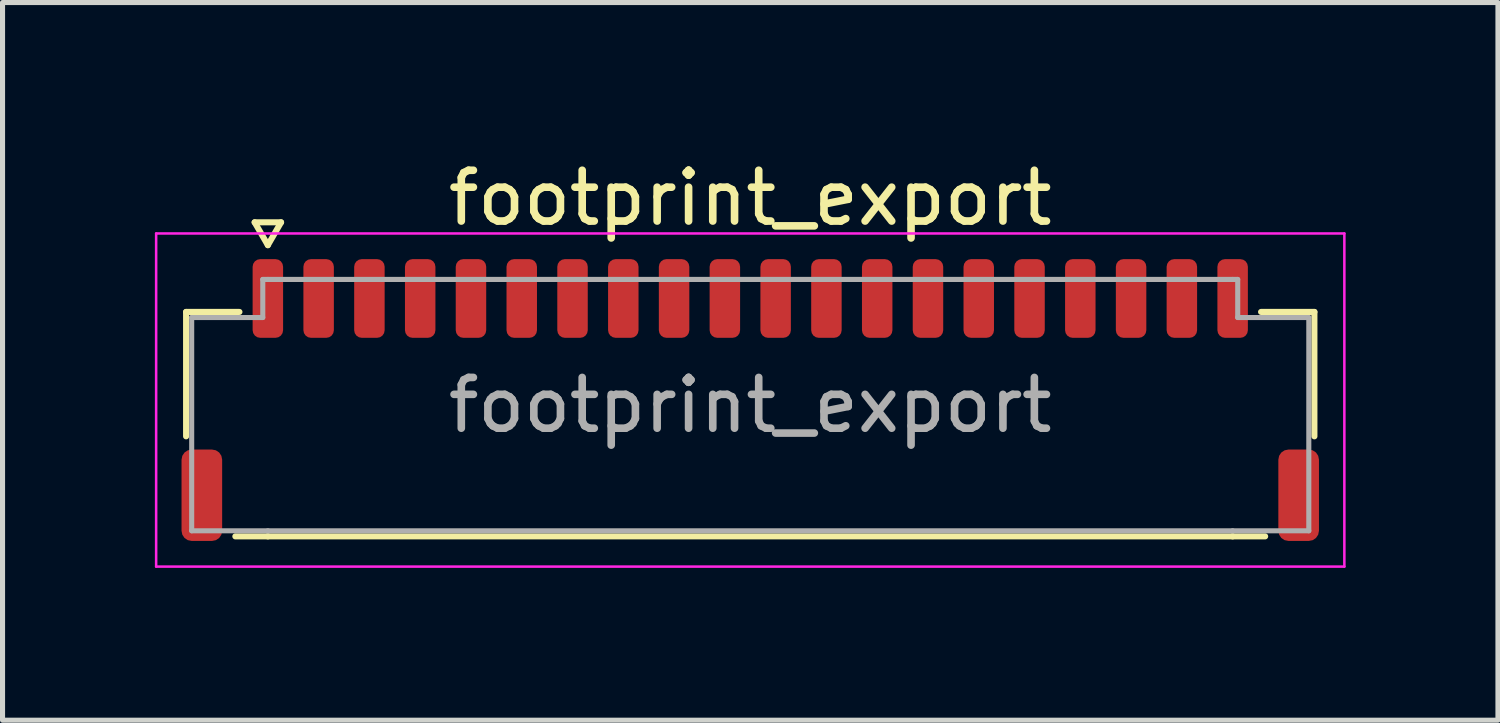
<source format=kicad_pcb>
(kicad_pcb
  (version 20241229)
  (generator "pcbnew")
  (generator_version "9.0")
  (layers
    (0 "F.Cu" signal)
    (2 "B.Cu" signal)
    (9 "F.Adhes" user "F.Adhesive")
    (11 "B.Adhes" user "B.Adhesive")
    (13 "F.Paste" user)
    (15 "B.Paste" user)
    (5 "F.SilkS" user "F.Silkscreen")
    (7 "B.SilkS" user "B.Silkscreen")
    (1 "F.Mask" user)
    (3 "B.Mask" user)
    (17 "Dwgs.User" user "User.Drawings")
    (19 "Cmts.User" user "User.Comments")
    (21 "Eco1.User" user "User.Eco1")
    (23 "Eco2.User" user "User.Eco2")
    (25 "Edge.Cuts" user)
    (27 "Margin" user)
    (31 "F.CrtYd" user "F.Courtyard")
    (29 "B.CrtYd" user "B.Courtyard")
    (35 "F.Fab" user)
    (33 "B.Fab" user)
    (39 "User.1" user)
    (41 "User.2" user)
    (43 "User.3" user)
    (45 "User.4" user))
  (footprint "footprint_export"
    (layer "F.Cu")
    (at 11.725 4.928)
    (property "Reference" "footprint_export" (at 0 -4.08 0) (layer "F.SilkS") (effects (font (size 1 1) (thickness 0.15))))
    (attr smd)
    (fp_line (start -11.11 -1.835) (end -10.06 -1.835) (stroke (width 0.12) (type solid)) (layer "F.SilkS"))
    (fp_line (start -11.11 0.615) (end -11.11 -1.835) (stroke (width 0.12) (type solid)) (layer "F.SilkS"))
    (fp_line (start -9.76 -3.6) (end -9.5 -3.15) (stroke (width 0.12) (type solid)) (layer "F.SilkS"))
    (fp_line (start -9.5 -3.15) (end -9.24 -3.6) (stroke (width 0.12) (type solid)) (layer "F.SilkS"))
    (fp_line (start -9.5 2.585) (end -10.14 2.585) (stroke (width 0.12) (type solid)) (layer "F.SilkS"))
    (fp_line (start -9.24 -3.6) (end -9.76 -3.6) (stroke (width 0.12) (type solid)) (layer "F.SilkS"))
    (fp_line (start 9.5 2.585) (end -9.5 2.585) (stroke (width 0.12) (type solid)) (layer "F.SilkS"))
    (fp_line (start 10.06 -1.835) (end 11.11 -1.835) (stroke (width 0.12) (type solid)) (layer "F.SilkS"))
    (fp_line (start 10.14 2.585) (end 9.5 2.585) (stroke (width 0.12) (type solid)) (layer "F.SilkS"))
    (fp_line (start 11.11 -1.835) (end 11.11 0.615) (stroke (width 0.12) (type solid)) (layer "F.SilkS"))
    (fp_line (start -11.7 -3.38) (end -11.7 3.18) (stroke (width 0.05) (type solid)) (layer "F.CrtYd"))
    (fp_line (start -11.7 3.18) (end 11.7 3.18) (stroke (width 0.05) (type solid)) (layer "F.CrtYd"))
    (fp_line (start 11.7 -3.38) (end -11.7 -3.38) (stroke (width 0.05) (type solid)) (layer "F.CrtYd"))
    (fp_line (start 11.7 3.18) (end 11.7 -3.38) (stroke (width 0.05) (type solid)) (layer "F.CrtYd"))
    (fp_line (start -11 -1.725) (end -9.6 -1.725) (stroke (width 0.1) (type solid)) (layer "F.Fab"))
    (fp_line (start -11 2.475) (end -11 -1.725) (stroke (width 0.1) (type solid)) (layer "F.Fab"))
    (fp_line (start -9.6 -2.475) (end -9.5 -2.475) (stroke (width 0.1) (type solid)) (layer "F.Fab"))
    (fp_line (start -9.6 -1.725) (end -9.6 -2.475) (stroke (width 0.1) (type solid)) (layer "F.Fab"))
    (fp_line (start -9.5 -2.475) (end 9.5 -2.475) (stroke (width 0.1) (type solid)) (layer "F.Fab"))
    (fp_line (start -9.5 2.475) (end -11 2.475) (stroke (width 0.1) (type solid)) (layer "F.Fab"))
    (fp_line (start 9.5 -2.475) (end 9.6 -2.475) (stroke (width 0.1) (type solid)) (layer "F.Fab"))
    (fp_line (start 9.5 2.475) (end -9.5 2.475) (stroke (width 0.1) (type solid)) (layer "F.Fab"))
    (fp_line (start 9.6 -2.475) (end 9.6 -1.725) (stroke (width 0.1) (type solid)) (layer "F.Fab"))
    (fp_line (start 9.6 -1.725) (end 11 -1.725) (stroke (width 0.1) (type solid)) (layer "F.Fab"))
    (fp_line (start 11 -1.725) (end 11 2.475) (stroke (width 0.1) (type solid)) (layer "F.Fab"))
    (fp_line (start 11 2.475) (end 9.5 2.475) (stroke (width 0.1) (type solid)) (layer "F.Fab"))
    (fp_text user "${REFERENCE}" (at 0 0 0) (layer "F.Fab") (effects (font (size 1 1) (thickness 0.15))))
    (pad "1" smd roundrect (at -9.5 -2.1) (size 0.6 1.55) (layers "F.Cu" "F.Mask" "F.Paste") (roundrect_rratio 0.25))
    (pad "2" smd roundrect (at -8.5 -2.1) (size 0.6 1.55) (layers "F.Cu" "F.Mask" "F.Paste") (roundrect_rratio 0.25))
    (pad "3" smd roundrect (at -7.5 -2.1) (size 0.6 1.55) (layers "F.Cu" "F.Mask" "F.Paste") (roundrect_rratio 0.25))
    (pad "4" smd roundrect (at -6.5 -2.1) (size 0.6 1.55) (layers "F.Cu" "F.Mask" "F.Paste") (roundrect_rratio 0.25))
    (pad "5" smd roundrect (at -5.5 -2.1) (size 0.6 1.55) (layers "F.Cu" "F.Mask" "F.Paste") (roundrect_rratio 0.25))
    (pad "6" smd roundrect (at -4.5 -2.1) (size 0.6 1.55) (layers "F.Cu" "F.Mask" "F.Paste") (roundrect_rratio 0.25))
    (pad "7" smd roundrect (at -3.5 -2.1) (size 0.6 1.55) (layers "F.Cu" "F.Mask" "F.Paste") (roundrect_rratio 0.25))
    (pad "8" smd roundrect (at -2.5 -2.1) (size 0.6 1.55) (layers "F.Cu" "F.Mask" "F.Paste") (roundrect_rratio 0.25))
    (pad "9" smd roundrect (at -1.5 -2.1) (size 0.6 1.55) (layers "F.Cu" "F.Mask" "F.Paste") (roundrect_rratio 0.25))
    (pad "10" smd roundrect (at -0.5 -2.1) (size 0.6 1.55) (layers "F.Cu" "F.Mask" "F.Paste") (roundrect_rratio 0.25))
    (pad "11" smd roundrect (at 0.5 -2.1) (size 0.6 1.55) (layers "F.Cu" "F.Mask" "F.Paste") (roundrect_rratio 0.25))
    (pad "12" smd roundrect (at 1.5 -2.1) (size 0.6 1.55) (layers "F.Cu" "F.Mask" "F.Paste") (roundrect_rratio 0.25))
    (pad "13" smd roundrect (at 2.5 -2.1) (size 0.6 1.55) (layers "F.Cu" "F.Mask" "F.Paste") (roundrect_rratio 0.25))
    (pad "14" smd roundrect (at 3.5 -2.1) (size 0.6 1.55) (layers "F.Cu" "F.Mask" "F.Paste") (roundrect_rratio 0.25))
    (pad "15" smd roundrect (at 4.5 -2.1) (size 0.6 1.55) (layers "F.Cu" "F.Mask" "F.Paste") (roundrect_rratio 0.25))
    (pad "16" smd roundrect (at 5.5 -2.1) (size 0.6 1.55) (layers "F.Cu" "F.Mask" "F.Paste") (roundrect_rratio 0.25))
    (pad "17" smd roundrect (at 6.5 -2.1) (size 0.6 1.55) (layers "F.Cu" "F.Mask" "F.Paste") (roundrect_rratio 0.25))
    (pad "18" smd roundrect (at 7.5 -2.1) (size 0.6 1.55) (layers "F.Cu" "F.Mask" "F.Paste") (roundrect_rratio 0.25))
    (pad "19" smd roundrect (at 8.5 -2.1) (size 0.6 1.55) (layers "F.Cu" "F.Mask" "F.Paste") (roundrect_rratio 0.25))
    (pad "20" smd roundrect (at 9.5 -2.1) (size 0.6 1.55) (layers "F.Cu" "F.Mask" "F.Paste") (roundrect_rratio 0.25))
    (pad "MP" smd roundrect (at -10.8 1.775) (size 0.8 1.8) (layers "F.Cu" "F.Mask" "F.Paste") (roundrect_rratio 0.25))
    (pad "MP" smd roundrect (at 10.8 1.775) (size 0.8 1.8) (layers "F.Cu" "F.Mask" "F.Paste") (roundrect_rratio 0.25)))
  (gr_rect
    (start -3 -3)
    (end 26.45 11.133)
    (stroke (width 0.1) (type default))
    (fill no)
    (layer "Edge.Cuts")))
</source>
